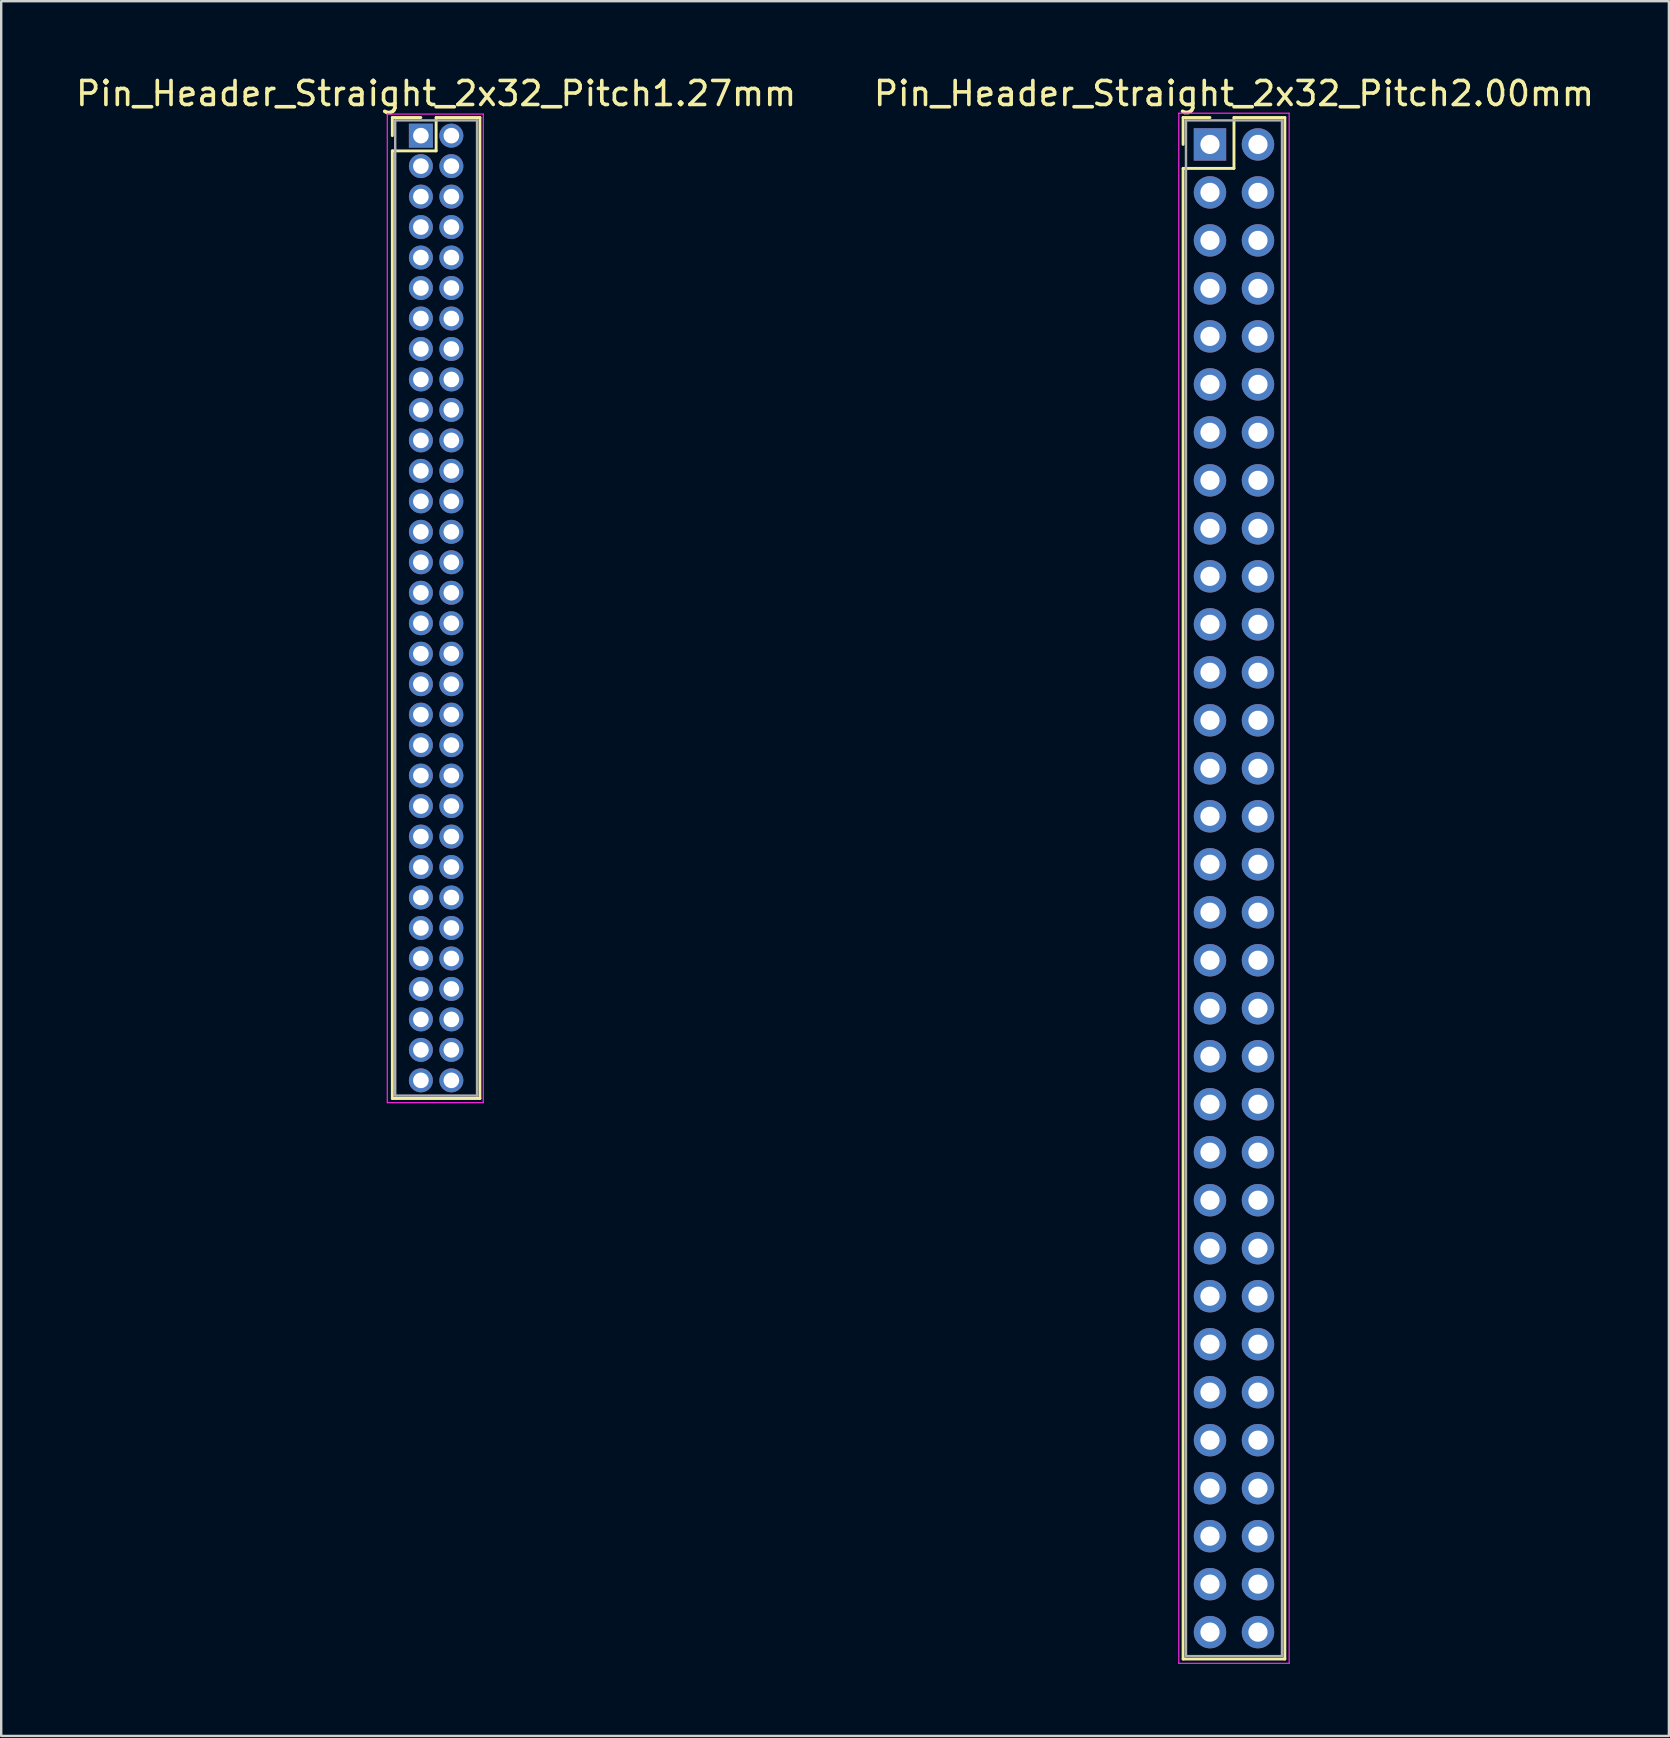
<source format=kicad_pcb>
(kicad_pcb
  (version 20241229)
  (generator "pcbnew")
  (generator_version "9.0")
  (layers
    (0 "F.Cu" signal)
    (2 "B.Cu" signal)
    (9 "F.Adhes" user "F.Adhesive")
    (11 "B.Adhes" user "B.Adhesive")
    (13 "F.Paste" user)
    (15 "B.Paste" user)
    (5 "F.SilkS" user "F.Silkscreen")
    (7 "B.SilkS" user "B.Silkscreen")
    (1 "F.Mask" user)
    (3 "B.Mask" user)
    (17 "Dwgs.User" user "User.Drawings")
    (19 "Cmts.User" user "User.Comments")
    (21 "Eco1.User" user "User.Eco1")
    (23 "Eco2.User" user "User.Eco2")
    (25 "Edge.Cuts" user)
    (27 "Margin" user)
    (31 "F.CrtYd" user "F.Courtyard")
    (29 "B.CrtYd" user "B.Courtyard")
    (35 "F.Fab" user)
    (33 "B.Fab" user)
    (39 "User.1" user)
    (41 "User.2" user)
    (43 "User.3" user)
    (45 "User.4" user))
  (footprint "Pin_Header_Straight_2x32_Pitch1.27mm"
    (layer "F.Cu")
    (at 14.49 2.603)
    (property "Reference" "Pin_Header_Straight_2x32_Pitch1.27mm" (at 0.635 -1.755 0) (layer "F.SilkS") (effects (font (size 1 1) (thickness 0.15))))
    (attr through_hole)
    (fp_line (start -1.19 -0.755) (end 0 -0.755) (stroke (width 0.12) (type solid)) (layer "F.SilkS"))
    (fp_line (start -1.19 0) (end -1.19 -0.755) (stroke (width 0.12) (type solid)) (layer "F.SilkS"))
    (fp_line (start -1.19 0.635) (end -1.19 40.125) (stroke (width 0.12) (type solid)) (layer "F.SilkS"))
    (fp_line (start -1.19 40.125) (end 2.46 40.125) (stroke (width 0.12) (type solid)) (layer "F.SilkS"))
    (fp_line (start 0.635 -0.755) (end 0.635 0.635) (stroke (width 0.12) (type solid)) (layer "F.SilkS"))
    (fp_line (start 0.635 0.635) (end -1.19 0.635) (stroke (width 0.12) (type solid)) (layer "F.SilkS"))
    (fp_line (start 2.46 -0.755) (end 0.635 -0.755) (stroke (width 0.12) (type solid)) (layer "F.SilkS"))
    (fp_line (start 2.46 40.125) (end 2.46 -0.755) (stroke (width 0.12) (type solid)) (layer "F.SilkS"))
    (fp_line (start -1.4 -0.9) (end -1.4 40.3) (stroke (width 0.05) (type solid)) (layer "F.CrtYd"))
    (fp_line (start -1.4 40.3) (end 2.6 40.3) (stroke (width 0.05) (type solid)) (layer "F.CrtYd"))
    (fp_line (start 2.6 -0.9) (end -1.4 -0.9) (stroke (width 0.05) (type solid)) (layer "F.CrtYd"))
    (fp_line (start 2.6 40.3) (end 2.6 -0.9) (stroke (width 0.05) (type solid)) (layer "F.CrtYd"))
    (fp_line (start -1.07 -0.635) (end -1.07 40.005) (stroke (width 0.1) (type solid)) (layer "F.Fab"))
    (fp_line (start -1.07 40.005) (end 2.34 40.005) (stroke (width 0.1) (type solid)) (layer "F.Fab"))
    (fp_line (start 2.34 -0.635) (end -1.07 -0.635) (stroke (width 0.1) (type solid)) (layer "F.Fab"))
    (fp_line (start 2.34 40.005) (end 2.34 -0.635) (stroke (width 0.1) (type solid)) (layer "F.Fab"))
    (pad "1" thru_hole rect (at 0 0) (size 1 1) (drill 0.65) (layers "*.Cu" "*.Mask"))
    (pad "2" thru_hole oval (at 1.27 0) (size 1 1) (drill 0.65) (layers "*.Cu" "*.Mask"))
    (pad "3" thru_hole oval (at 0 1.27) (size 1 1) (drill 0.65) (layers "*.Cu" "*.Mask"))
    (pad "4" thru_hole oval (at 1.27 1.27) (size 1 1) (drill 0.65) (layers "*.Cu" "*.Mask"))
    (pad "5" thru_hole oval (at 0 2.54) (size 1 1) (drill 0.65) (layers "*.Cu" "*.Mask"))
    (pad "6" thru_hole oval (at 1.27 2.54) (size 1 1) (drill 0.65) (layers "*.Cu" "*.Mask"))
    (pad "7" thru_hole oval (at 0 3.81) (size 1 1) (drill 0.65) (layers "*.Cu" "*.Mask"))
    (pad "8" thru_hole oval (at 1.27 3.81) (size 1 1) (drill 0.65) (layers "*.Cu" "*.Mask"))
    (pad "9" thru_hole oval (at 0 5.08) (size 1 1) (drill 0.65) (layers "*.Cu" "*.Mask"))
    (pad "10" thru_hole oval (at 1.27 5.08) (size 1 1) (drill 0.65) (layers "*.Cu" "*.Mask"))
    (pad "11" thru_hole oval (at 0 6.35) (size 1 1) (drill 0.65) (layers "*.Cu" "*.Mask"))
    (pad "12" thru_hole oval (at 1.27 6.35) (size 1 1) (drill 0.65) (layers "*.Cu" "*.Mask"))
    (pad "13" thru_hole oval (at 0 7.62) (size 1 1) (drill 0.65) (layers "*.Cu" "*.Mask"))
    (pad "14" thru_hole oval (at 1.27 7.62) (size 1 1) (drill 0.65) (layers "*.Cu" "*.Mask"))
    (pad "15" thru_hole oval (at 0 8.89) (size 1 1) (drill 0.65) (layers "*.Cu" "*.Mask"))
    (pad "16" thru_hole oval (at 1.27 8.89) (size 1 1) (drill 0.65) (layers "*.Cu" "*.Mask"))
    (pad "17" thru_hole oval (at 0 10.16) (size 1 1) (drill 0.65) (layers "*.Cu" "*.Mask"))
    (pad "18" thru_hole oval (at 1.27 10.16) (size 1 1) (drill 0.65) (layers "*.Cu" "*.Mask"))
    (pad "19" thru_hole oval (at 0 11.43) (size 1 1) (drill 0.65) (layers "*.Cu" "*.Mask"))
    (pad "20" thru_hole oval (at 1.27 11.43) (size 1 1) (drill 0.65) (layers "*.Cu" "*.Mask"))
    (pad "21" thru_hole oval (at 0 12.7) (size 1 1) (drill 0.65) (layers "*.Cu" "*.Mask"))
    (pad "22" thru_hole oval (at 1.27 12.7) (size 1 1) (drill 0.65) (layers "*.Cu" "*.Mask"))
    (pad "23" thru_hole oval (at 0 13.97) (size 1 1) (drill 0.65) (layers "*.Cu" "*.Mask"))
    (pad "24" thru_hole oval (at 1.27 13.97) (size 1 1) (drill 0.65) (layers "*.Cu" "*.Mask"))
    (pad "25" thru_hole oval (at 0 15.24) (size 1 1) (drill 0.65) (layers "*.Cu" "*.Mask"))
    (pad "26" thru_hole oval (at 1.27 15.24) (size 1 1) (drill 0.65) (layers "*.Cu" "*.Mask"))
    (pad "27" thru_hole oval (at 0 16.51) (size 1 1) (drill 0.65) (layers "*.Cu" "*.Mask"))
    (pad "28" thru_hole oval (at 1.27 16.51) (size 1 1) (drill 0.65) (layers "*.Cu" "*.Mask"))
    (pad "29" thru_hole oval (at 0 17.78) (size 1 1) (drill 0.65) (layers "*.Cu" "*.Mask"))
    (pad "30" thru_hole oval (at 1.27 17.78) (size 1 1) (drill 0.65) (layers "*.Cu" "*.Mask"))
    (pad "31" thru_hole oval (at 0 19.05) (size 1 1) (drill 0.65) (layers "*.Cu" "*.Mask"))
    (pad "32" thru_hole oval (at 1.27 19.05) (size 1 1) (drill 0.65) (layers "*.Cu" "*.Mask"))
    (pad "33" thru_hole oval (at 0 20.32) (size 1 1) (drill 0.65) (layers "*.Cu" "*.Mask"))
    (pad "34" thru_hole oval (at 1.27 20.32) (size 1 1) (drill 0.65) (layers "*.Cu" "*.Mask"))
    (pad "35" thru_hole oval (at 0 21.59) (size 1 1) (drill 0.65) (layers "*.Cu" "*.Mask"))
    (pad "36" thru_hole oval (at 1.27 21.59) (size 1 1) (drill 0.65) (layers "*.Cu" "*.Mask"))
    (pad "37" thru_hole oval (at 0 22.86) (size 1 1) (drill 0.65) (layers "*.Cu" "*.Mask"))
    (pad "38" thru_hole oval (at 1.27 22.86) (size 1 1) (drill 0.65) (layers "*.Cu" "*.Mask"))
    (pad "39" thru_hole oval (at 0 24.13) (size 1 1) (drill 0.65) (layers "*.Cu" "*.Mask"))
    (pad "40" thru_hole oval (at 1.27 24.13) (size 1 1) (drill 0.65) (layers "*.Cu" "*.Mask"))
    (pad "41" thru_hole oval (at 0 25.4) (size 1 1) (drill 0.65) (layers "*.Cu" "*.Mask"))
    (pad "42" thru_hole oval (at 1.27 25.4) (size 1 1) (drill 0.65) (layers "*.Cu" "*.Mask"))
    (pad "43" thru_hole oval (at 0 26.67) (size 1 1) (drill 0.65) (layers "*.Cu" "*.Mask"))
    (pad "44" thru_hole oval (at 1.27 26.67) (size 1 1) (drill 0.65) (layers "*.Cu" "*.Mask"))
    (pad "45" thru_hole oval (at 0 27.94) (size 1 1) (drill 0.65) (layers "*.Cu" "*.Mask"))
    (pad "46" thru_hole oval (at 1.27 27.94) (size 1 1) (drill 0.65) (layers "*.Cu" "*.Mask"))
    (pad "47" thru_hole oval (at 0 29.21) (size 1 1) (drill 0.65) (layers "*.Cu" "*.Mask"))
    (pad "48" thru_hole oval (at 1.27 29.21) (size 1 1) (drill 0.65) (layers "*.Cu" "*.Mask"))
    (pad "49" thru_hole oval (at 0 30.48) (size 1 1) (drill 0.65) (layers "*.Cu" "*.Mask"))
    (pad "50" thru_hole oval (at 1.27 30.48) (size 1 1) (drill 0.65) (layers "*.Cu" "*.Mask"))
    (pad "51" thru_hole oval (at 0 31.75) (size 1 1) (drill 0.65) (layers "*.Cu" "*.Mask"))
    (pad "52" thru_hole oval (at 1.27 31.75) (size 1 1) (drill 0.65) (layers "*.Cu" "*.Mask"))
    (pad "53" thru_hole oval (at 0 33.02) (size 1 1) (drill 0.65) (layers "*.Cu" "*.Mask"))
    (pad "54" thru_hole oval (at 1.27 33.02) (size 1 1) (drill 0.65) (layers "*.Cu" "*.Mask"))
    (pad "55" thru_hole oval (at 0 34.29) (size 1 1) (drill 0.65) (layers "*.Cu" "*.Mask"))
    (pad "56" thru_hole oval (at 1.27 34.29) (size 1 1) (drill 0.65) (layers "*.Cu" "*.Mask"))
    (pad "57" thru_hole oval (at 0 35.56) (size 1 1) (drill 0.65) (layers "*.Cu" "*.Mask"))
    (pad "58" thru_hole oval (at 1.27 35.56) (size 1 1) (drill 0.65) (layers "*.Cu" "*.Mask"))
    (pad "59" thru_hole oval (at 0 36.83) (size 1 1) (drill 0.65) (layers "*.Cu" "*.Mask"))
    (pad "60" thru_hole oval (at 1.27 36.83) (size 1 1) (drill 0.65) (layers "*.Cu" "*.Mask"))
    (pad "61" thru_hole oval (at 0 38.1) (size 1 1) (drill 0.65) (layers "*.Cu" "*.Mask"))
    (pad "62" thru_hole oval (at 1.27 38.1) (size 1 1) (drill 0.65) (layers "*.Cu" "*.Mask"))
    (pad "63" thru_hole oval (at 0 39.37) (size 1 1) (drill 0.65) (layers "*.Cu" "*.Mask"))
    (pad "64" thru_hole oval (at 1.27 39.37) (size 1 1) (drill 0.65) (layers "*.Cu" "*.Mask")))
  (footprint "Pin_Header_Straight_2x32_Pitch2.00mm"
    (layer "F.Cu")
    (at 47.375 2.968)
    (property "Reference" "Pin_Header_Straight_2x32_Pitch2.00mm" (at 1 -2.12 0) (layer "F.SilkS") (effects (font (size 1 1) (thickness 0.15))))
    (attr through_hole)
    (fp_line (start -1.12 -1.12) (end 0 -1.12) (stroke (width 0.12) (type solid)) (layer "F.SilkS"))
    (fp_line (start -1.12 0) (end -1.12 -1.12) (stroke (width 0.12) (type solid)) (layer "F.SilkS"))
    (fp_line (start -1.12 1) (end -1.12 63.12) (stroke (width 0.12) (type solid)) (layer "F.SilkS"))
    (fp_line (start -1.12 63.12) (end 3.12 63.12) (stroke (width 0.12) (type solid)) (layer "F.SilkS"))
    (fp_line (start 1 -1.12) (end 1 1) (stroke (width 0.12) (type solid)) (layer "F.SilkS"))
    (fp_line (start 1 1) (end -1.12 1) (stroke (width 0.12) (type solid)) (layer "F.SilkS"))
    (fp_line (start 3.12 -1.12) (end 1 -1.12) (stroke (width 0.12) (type solid)) (layer "F.SilkS"))
    (fp_line (start 3.12 63.12) (end 3.12 -1.12) (stroke (width 0.12) (type solid)) (layer "F.SilkS"))
    (fp_line (start -1.3 -1.3) (end -1.3 63.3) (stroke (width 0.05) (type solid)) (layer "F.CrtYd"))
    (fp_line (start -1.3 63.3) (end 3.3 63.3) (stroke (width 0.05) (type solid)) (layer "F.CrtYd"))
    (fp_line (start 3.3 -1.3) (end -1.3 -1.3) (stroke (width 0.05) (type solid)) (layer "F.CrtYd"))
    (fp_line (start 3.3 63.3) (end 3.3 -1.3) (stroke (width 0.05) (type solid)) (layer "F.CrtYd"))
    (fp_line (start -1 -1) (end -1 63) (stroke (width 0.1) (type solid)) (layer "F.Fab"))
    (fp_line (start -1 63) (end 3 63) (stroke (width 0.1) (type solid)) (layer "F.Fab"))
    (fp_line (start 3 -1) (end -1 -1) (stroke (width 0.1) (type solid)) (layer "F.Fab"))
    (fp_line (start 3 63) (end 3 -1) (stroke (width 0.1) (type solid)) (layer "F.Fab"))
    (pad "1" thru_hole rect (at 0 0) (size 1.35 1.35) (drill 0.8) (layers "*.Cu" "*.Mask"))
    (pad "2" thru_hole oval (at 2 0) (size 1.35 1.35) (drill 0.8) (layers "*.Cu" "*.Mask"))
    (pad "3" thru_hole oval (at 0 2) (size 1.35 1.35) (drill 0.8) (layers "*.Cu" "*.Mask"))
    (pad "4" thru_hole oval (at 2 2) (size 1.35 1.35) (drill 0.8) (layers "*.Cu" "*.Mask"))
    (pad "5" thru_hole oval (at 0 4) (size 1.35 1.35) (drill 0.8) (layers "*.Cu" "*.Mask"))
    (pad "6" thru_hole oval (at 2 4) (size 1.35 1.35) (drill 0.8) (layers "*.Cu" "*.Mask"))
    (pad "7" thru_hole oval (at 0 6) (size 1.35 1.35) (drill 0.8) (layers "*.Cu" "*.Mask"))
    (pad "8" thru_hole oval (at 2 6) (size 1.35 1.35) (drill 0.8) (layers "*.Cu" "*.Mask"))
    (pad "9" thru_hole oval (at 0 8) (size 1.35 1.35) (drill 0.8) (layers "*.Cu" "*.Mask"))
    (pad "10" thru_hole oval (at 2 8) (size 1.35 1.35) (drill 0.8) (layers "*.Cu" "*.Mask"))
    (pad "11" thru_hole oval (at 0 10) (size 1.35 1.35) (drill 0.8) (layers "*.Cu" "*.Mask"))
    (pad "12" thru_hole oval (at 2 10) (size 1.35 1.35) (drill 0.8) (layers "*.Cu" "*.Mask"))
    (pad "13" thru_hole oval (at 0 12) (size 1.35 1.35) (drill 0.8) (layers "*.Cu" "*.Mask"))
    (pad "14" thru_hole oval (at 2 12) (size 1.35 1.35) (drill 0.8) (layers "*.Cu" "*.Mask"))
    (pad "15" thru_hole oval (at 0 14) (size 1.35 1.35) (drill 0.8) (layers "*.Cu" "*.Mask"))
    (pad "16" thru_hole oval (at 2 14) (size 1.35 1.35) (drill 0.8) (layers "*.Cu" "*.Mask"))
    (pad "17" thru_hole oval (at 0 16) (size 1.35 1.35) (drill 0.8) (layers "*.Cu" "*.Mask"))
    (pad "18" thru_hole oval (at 2 16) (size 1.35 1.35) (drill 0.8) (layers "*.Cu" "*.Mask"))
    (pad "19" thru_hole oval (at 0 18) (size 1.35 1.35) (drill 0.8) (layers "*.Cu" "*.Mask"))
    (pad "20" thru_hole oval (at 2 18) (size 1.35 1.35) (drill 0.8) (layers "*.Cu" "*.Mask"))
    (pad "21" thru_hole oval (at 0 20) (size 1.35 1.35) (drill 0.8) (layers "*.Cu" "*.Mask"))
    (pad "22" thru_hole oval (at 2 20) (size 1.35 1.35) (drill 0.8) (layers "*.Cu" "*.Mask"))
    (pad "23" thru_hole oval (at 0 22) (size 1.35 1.35) (drill 0.8) (layers "*.Cu" "*.Mask"))
    (pad "24" thru_hole oval (at 2 22) (size 1.35 1.35) (drill 0.8) (layers "*.Cu" "*.Mask"))
    (pad "25" thru_hole oval (at 0 24) (size 1.35 1.35) (drill 0.8) (layers "*.Cu" "*.Mask"))
    (pad "26" thru_hole oval (at 2 24) (size 1.35 1.35) (drill 0.8) (layers "*.Cu" "*.Mask"))
    (pad "27" thru_hole oval (at 0 26) (size 1.35 1.35) (drill 0.8) (layers "*.Cu" "*.Mask"))
    (pad "28" thru_hole oval (at 2 26) (size 1.35 1.35) (drill 0.8) (layers "*.Cu" "*.Mask"))
    (pad "29" thru_hole oval (at 0 28) (size 1.35 1.35) (drill 0.8) (layers "*.Cu" "*.Mask"))
    (pad "30" thru_hole oval (at 2 28) (size 1.35 1.35) (drill 0.8) (layers "*.Cu" "*.Mask"))
    (pad "31" thru_hole oval (at 0 30) (size 1.35 1.35) (drill 0.8) (layers "*.Cu" "*.Mask"))
    (pad "32" thru_hole oval (at 2 30) (size 1.35 1.35) (drill 0.8) (layers "*.Cu" "*.Mask"))
    (pad "33" thru_hole oval (at 0 32) (size 1.35 1.35) (drill 0.8) (layers "*.Cu" "*.Mask"))
    (pad "34" thru_hole oval (at 2 32) (size 1.35 1.35) (drill 0.8) (layers "*.Cu" "*.Mask"))
    (pad "35" thru_hole oval (at 0 34) (size 1.35 1.35) (drill 0.8) (layers "*.Cu" "*.Mask"))
    (pad "36" thru_hole oval (at 2 34) (size 1.35 1.35) (drill 0.8) (layers "*.Cu" "*.Mask"))
    (pad "37" thru_hole oval (at 0 36) (size 1.35 1.35) (drill 0.8) (layers "*.Cu" "*.Mask"))
    (pad "38" thru_hole oval (at 2 36) (size 1.35 1.35) (drill 0.8) (layers "*.Cu" "*.Mask"))
    (pad "39" thru_hole oval (at 0 38) (size 1.35 1.35) (drill 0.8) (layers "*.Cu" "*.Mask"))
    (pad "40" thru_hole oval (at 2 38) (size 1.35 1.35) (drill 0.8) (layers "*.Cu" "*.Mask"))
    (pad "41" thru_hole oval (at 0 40) (size 1.35 1.35) (drill 0.8) (layers "*.Cu" "*.Mask"))
    (pad "42" thru_hole oval (at 2 40) (size 1.35 1.35) (drill 0.8) (layers "*.Cu" "*.Mask"))
    (pad "43" thru_hole oval (at 0 42) (size 1.35 1.35) (drill 0.8) (layers "*.Cu" "*.Mask"))
    (pad "44" thru_hole oval (at 2 42) (size 1.35 1.35) (drill 0.8) (layers "*.Cu" "*.Mask"))
    (pad "45" thru_hole oval (at 0 44) (size 1.35 1.35) (drill 0.8) (layers "*.Cu" "*.Mask"))
    (pad "46" thru_hole oval (at 2 44) (size 1.35 1.35) (drill 0.8) (layers "*.Cu" "*.Mask"))
    (pad "47" thru_hole oval (at 0 46) (size 1.35 1.35) (drill 0.8) (layers "*.Cu" "*.Mask"))
    (pad "48" thru_hole oval (at 2 46) (size 1.35 1.35) (drill 0.8) (layers "*.Cu" "*.Mask"))
    (pad "49" thru_hole oval (at 0 48) (size 1.35 1.35) (drill 0.8) (layers "*.Cu" "*.Mask"))
    (pad "50" thru_hole oval (at 2 48) (size 1.35 1.35) (drill 0.8) (layers "*.Cu" "*.Mask"))
    (pad "51" thru_hole oval (at 0 50) (size 1.35 1.35) (drill 0.8) (layers "*.Cu" "*.Mask"))
    (pad "52" thru_hole oval (at 2 50) (size 1.35 1.35) (drill 0.8) (layers "*.Cu" "*.Mask"))
    (pad "53" thru_hole oval (at 0 52) (size 1.35 1.35) (drill 0.8) (layers "*.Cu" "*.Mask"))
    (pad "54" thru_hole oval (at 2 52) (size 1.35 1.35) (drill 0.8) (layers "*.Cu" "*.Mask"))
    (pad "55" thru_hole oval (at 0 54) (size 1.35 1.35) (drill 0.8) (layers "*.Cu" "*.Mask"))
    (pad "56" thru_hole oval (at 2 54) (size 1.35 1.35) (drill 0.8) (layers "*.Cu" "*.Mask"))
    (pad "57" thru_hole oval (at 0 56) (size 1.35 1.35) (drill 0.8) (layers "*.Cu" "*.Mask"))
    (pad "58" thru_hole oval (at 2 56) (size 1.35 1.35) (drill 0.8) (layers "*.Cu" "*.Mask"))
    (pad "59" thru_hole oval (at 0 58) (size 1.35 1.35) (drill 0.8) (layers "*.Cu" "*.Mask"))
    (pad "60" thru_hole oval (at 2 58) (size 1.35 1.35) (drill 0.8) (layers "*.Cu" "*.Mask"))
    (pad "61" thru_hole oval (at 0 60) (size 1.35 1.35) (drill 0.8) (layers "*.Cu" "*.Mask"))
    (pad "62" thru_hole oval (at 2 60) (size 1.35 1.35) (drill 0.8) (layers "*.Cu" "*.Mask"))
    (pad "63" thru_hole oval (at 0 62) (size 1.35 1.35) (drill 0.8) (layers "*.Cu" "*.Mask"))
    (pad "64" thru_hole oval (at 2 62) (size 1.35 1.35) (drill 0.8) (layers "*.Cu" "*.Mask")))
  (gr_rect
    (start -3 -3)
    (end 66.5 69.293)
    (stroke (width 0.1) (type default))
    (fill no)
    (layer "Edge.Cuts")))
</source>
